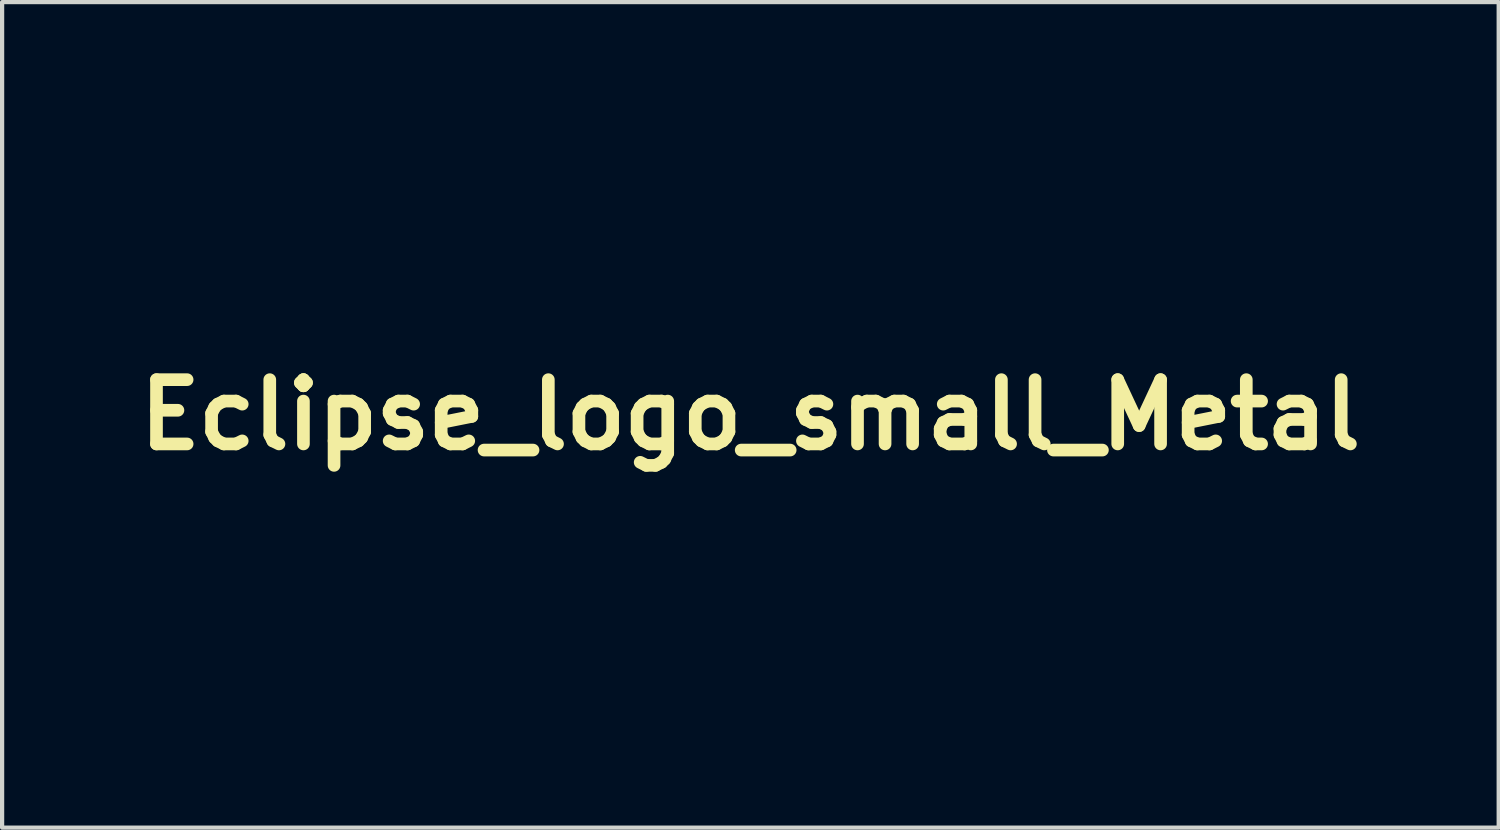
<source format=kicad_pcb>
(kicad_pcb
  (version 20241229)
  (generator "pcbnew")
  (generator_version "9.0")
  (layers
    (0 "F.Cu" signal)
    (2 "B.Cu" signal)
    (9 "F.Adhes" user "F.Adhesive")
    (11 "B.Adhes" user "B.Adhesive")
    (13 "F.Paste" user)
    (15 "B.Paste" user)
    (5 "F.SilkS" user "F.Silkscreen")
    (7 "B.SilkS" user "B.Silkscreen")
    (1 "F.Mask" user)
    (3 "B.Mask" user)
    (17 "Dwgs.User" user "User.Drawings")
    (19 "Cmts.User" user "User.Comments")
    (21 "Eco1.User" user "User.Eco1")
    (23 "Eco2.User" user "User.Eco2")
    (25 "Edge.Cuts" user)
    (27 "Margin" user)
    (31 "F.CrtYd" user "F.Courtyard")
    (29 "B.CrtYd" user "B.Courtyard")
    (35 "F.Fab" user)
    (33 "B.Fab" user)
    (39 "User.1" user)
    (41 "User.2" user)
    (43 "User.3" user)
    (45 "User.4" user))
  (footprint "Eclipse_logo_small_Metal"
    (layer "F.Cu")
    (at 14.739 6.785)
    (property "Reference" "Eclipse_logo_small_Metal" (at 0 0 0) (layer "F.SilkS") (effects (font (size 1.524 1.524) (thickness 0.3))))
    (attr through_hole)
    (fp_poly (pts (xy -9.093 1.435) (xy -9.284 1.435) (xy -9.284 0.686) (xy -9.093 0.686) (xy -9.093 1.435)) (stroke (width 0.01) (type solid)) (fill yes) (layer "F.Mask"))
    (fp_poly (pts (xy -7.036 1.257) (xy -6.49 1.257) (xy -6.49 1.435) (xy -7.226 1.435) (xy -7.226 0.686) (xy -7.036 0.686) (xy -7.036 1.257)) (stroke (width 0.01) (type solid)) (fill yes) (layer "F.Mask"))
    (fp_poly (pts (xy 3.413 0.689) (xy 4.07 0.692) (xy 4.07 0.908) (xy 3.813 0.911) (xy 3.556 0.915) (xy 3.556 1.778) (xy 3.277 1.778) (xy 3.277 0.914) (xy 2.756 0.914) (xy 2.756 0.686) (xy 3.413 0.689)) (stroke (width 0.01) (type solid)) (fill yes) (layer "F.Mask"))
    (fp_poly (pts (xy -10.02 0.953) (xy -9.538 0.953) (xy -9.538 0.686) (xy -9.347 0.686) (xy -9.347 1.435) (xy -9.538 1.435) (xy -9.538 1.13) (xy -10.02 1.13) (xy -10.02 1.435) (xy -10.211 1.435) (xy -10.211 0.686) (xy -10.02 0.686) (xy -10.02 0.953)) (stroke (width 0.01) (type solid)) (fill yes) (layer "F.Mask"))
    (fp_poly (pts (xy -5.702 0.864) (xy -6.261 0.864) (xy -6.261 0.953) (xy -5.728 0.953) (xy -5.728 1.13) (xy -6.261 1.13) (xy -6.261 1.257) (xy -5.702 1.257) (xy -5.702 1.435) (xy -6.464 1.435) (xy -6.464 0.686) (xy -5.702 0.686) (xy -5.702 0.864)) (stroke (width 0.01) (type solid)) (fill yes) (layer "F.Mask"))
    (fp_poly (pts (xy 0.343 0.864) (xy -0.216 0.864) (xy -0.216 0.953) (xy 0.318 0.953) (xy 0.318 1.13) (xy -0.216 1.13) (xy -0.216 1.257) (xy 0.343 1.257) (xy 0.343 1.435) (xy -0.419 1.435) (xy -0.419 0.686) (xy 0.343 0.686) (xy 0.343 0.864)) (stroke (width 0.01) (type solid)) (fill yes) (layer "F.Mask"))
    (fp_poly (pts (xy 2.731 0.914) (xy 1.88 0.914) (xy 1.88 1.079) (xy 2.68 1.079) (xy 2.68 1.321) (xy 1.88 1.321) (xy 1.88 1.537) (xy 2.731 1.537) (xy 2.731 1.778) (xy 1.613 1.778) (xy 1.613 0.686) (xy 2.731 0.686) (xy 2.731 0.914)) (stroke (width 0.01) (type solid)) (fill yes) (layer "F.Mask"))
    (fp_poly (pts (xy -3.086 1.257) (xy -2.542 1.257) (xy -2.538 1.289) (xy -2.534 1.294) (xy -2.525 1.289) (xy -2.508 1.271) (xy -2.484 1.239) (xy -2.45 1.191) (xy -2.406 1.125) (xy -2.35 1.041) (xy -2.325 1.003) (xy -2.115 0.686) (xy -1.985 0.686) (xy -1.543 1.35) (xy -1.54 1.018) (xy -1.536 0.686) (xy -1.333 0.686) (xy -1.333 1.436) (xy -1.526 1.432) (xy -1.719 1.429) (xy -1.873 1.191) (xy -1.918 1.121) (xy -1.959 1.058) (xy -1.994 1.005) (xy -2.021 0.966) (xy -2.037 0.943) (xy -2.04 0.94) (xy -2.051 0.945) (xy -2.073 0.97) (xy -2.107 1.016) (xy -2.153 1.084) (xy -2.212 1.173) (xy -2.217 1.181) (xy -2.381 1.435) (xy -3.289 1.435) (xy -3.289 0.686) (xy -3.086 0.686) (xy -3.086 1.257)) (stroke (width 0.01) (type solid)) (fill yes) (layer "F.Mask"))
    (fp_poly (pts (xy -0.331 -1.232) (xy -0.208 -1.231) (xy -0.095 -1.231) (xy 0.005 -1.23) (xy 0.091 -1.229) (xy 0.159 -1.227) (xy 0.209 -1.226) (xy 0.236 -1.224) (xy 0.241 -1.223) (xy 0.237 -1.21) (xy 0.225 -1.175) (xy 0.206 -1.122) (xy 0.182 -1.054) (xy 0.152 -0.972) (xy 0.119 -0.881) (xy 0.087 -0.793) (xy -0.068 -0.371) (xy -0.133 -0.364) (xy -0.158 -0.362) (xy -0.206 -0.361) (xy -0.274 -0.359) (xy -0.359 -0.358) (xy -0.458 -0.357) (xy -0.57 -0.356) (xy -0.69 -0.356) (xy -0.816 -0.356) (xy -0.835 -0.356) (xy -1.473 -0.356) (xy -1.473 -0.399) (xy -1.469 -0.419) (xy -1.456 -0.46) (xy -1.436 -0.518) (xy -1.411 -0.591) (xy -1.38 -0.675) (xy -1.346 -0.767) (xy -1.31 -0.864) (xy -1.272 -0.963) (xy -1.234 -1.061) (xy -1.197 -1.154) (xy -1.172 -1.216) (xy -1.166 -1.22) (xy -1.148 -1.223) (xy -1.117 -1.225) (xy -1.072 -1.227) (xy -1.011 -1.229) (xy -0.932 -1.23) (xy -0.834 -1.231) (xy -0.715 -1.232) (xy -0.573 -1.232) (xy -0.462 -1.232) (xy -0.331 -1.232)) (stroke (width 0.01) (type solid)) (fill yes) (layer "F.Mask"))
    (fp_poly (pts (xy -0.924 0.688) (xy -0.817 0.69) (xy -0.732 0.691) (xy -0.667 0.693) (xy -0.618 0.695) (xy -0.582 0.699) (xy -0.556 0.703) (xy -0.537 0.708) (xy -0.524 0.715) (xy -0.484 0.743) (xy -0.458 0.777) (xy -0.444 0.824) (xy -0.439 0.889) (xy -0.438 0.903) (xy -0.442 0.972) (xy -0.456 1.022) (xy -0.482 1.06) (xy -0.524 1.091) (xy -0.536 1.098) (xy -0.581 1.122) (xy -0.506 1.264) (xy -0.478 1.319) (xy -0.455 1.367) (xy -0.438 1.402) (xy -0.432 1.42) (xy -0.432 1.42) (xy -0.443 1.429) (xy -0.479 1.434) (xy -0.537 1.435) (xy -0.642 1.435) (xy -0.718 1.283) (xy -0.793 1.13) (xy -1.079 1.13) (xy -1.079 1.435) (xy -1.283 1.435) (xy -1.283 0.864) (xy -1.079 0.864) (xy -1.079 0.965) (xy -0.886 0.965) (xy -0.816 0.964) (xy -0.754 0.963) (xy -0.703 0.961) (xy -0.671 0.958) (xy -0.664 0.957) (xy -0.643 0.946) (xy -0.635 0.921) (xy -0.635 0.907) (xy -0.635 0.864) (xy -1.079 0.864) (xy -1.283 0.864) (xy -1.283 0.684) (xy -0.924 0.688)) (stroke (width 0.01) (type solid)) (fill yes) (layer "F.Mask"))
    (fp_poly (pts (xy 0.33 -1.852) (xy 0.399 -1.852) (xy 0.449 -1.851) (xy 0.477 -1.851) (xy 0.483 -1.85) (xy 0.478 -1.838) (xy 0.467 -1.805) (xy 0.449 -1.755) (xy 0.426 -1.691) (xy 0.399 -1.617) (xy 0.381 -1.568) (xy 0.352 -1.49) (xy 0.327 -1.419) (xy 0.305 -1.36) (xy 0.29 -1.317) (xy 0.281 -1.291) (xy 0.279 -1.287) (xy 0.267 -1.286) (xy 0.232 -1.285) (xy 0.175 -1.285) (xy 0.1 -1.284) (xy 0.009 -1.284) (xy -0.096 -1.283) (xy -0.213 -1.283) (xy -0.34 -1.283) (xy -0.433 -1.283) (xy -0.585 -1.283) (xy -0.714 -1.283) (xy -0.822 -1.283) (xy -0.91 -1.284) (xy -0.98 -1.285) (xy -1.034 -1.286) (xy -1.075 -1.287) (xy -1.104 -1.289) (xy -1.122 -1.292) (xy -1.133 -1.295) (xy -1.137 -1.299) (xy -1.138 -1.304) (xy -1.137 -1.305) (xy -1.131 -1.323) (xy -1.117 -1.361) (xy -1.096 -1.415) (xy -1.071 -1.482) (xy -1.042 -1.557) (xy -1.031 -1.587) (xy -0.931 -1.848) (xy -0.224 -1.851) (xy -0.093 -1.852) (xy 0.031 -1.852) (xy 0.144 -1.852) (xy 0.244 -1.852) (xy 0.33 -1.852)) (stroke (width 0.01) (type solid)) (fill yes) (layer "F.Mask"))
    (fp_poly (pts (xy -8.217 0.865) (xy -8.514 0.863) (xy -8.599 0.862) (xy -8.675 0.863) (xy -8.74 0.864) (xy -8.789 0.866) (xy -8.818 0.868) (xy -8.825 0.869) (xy -8.832 0.886) (xy -8.836 0.928) (xy -8.839 0.993) (xy -8.839 1.06) (xy -8.839 1.133) (xy -8.837 1.184) (xy -8.835 1.218) (xy -8.83 1.238) (xy -8.823 1.247) (xy -8.819 1.25) (xy -8.801 1.252) (xy -8.761 1.254) (xy -8.704 1.255) (xy -8.633 1.257) (xy -8.553 1.257) (xy -8.508 1.257) (xy -8.217 1.257) (xy -8.217 1.435) (xy -8.499 1.433) (xy -8.586 1.432) (xy -8.668 1.43) (xy -8.74 1.428) (xy -8.799 1.425) (xy -8.838 1.423) (xy -8.846 1.422) (xy -8.925 1.403) (xy -8.983 1.369) (xy -9.012 1.337) (xy -9.02 1.323) (xy -9.027 1.304) (xy -9.031 1.279) (xy -9.034 1.242) (xy -9.035 1.19) (xy -9.036 1.119) (xy -9.036 1.06) (xy -9.036 0.967) (xy -9.034 0.896) (xy -9.029 0.843) (xy -9.021 0.804) (xy -9.009 0.776) (xy -8.99 0.754) (xy -8.965 0.737) (xy -8.937 0.721) (xy -8.92 0.713) (xy -8.901 0.706) (xy -8.879 0.701) (xy -8.848 0.697) (xy -8.807 0.694) (xy -8.752 0.692) (xy -8.679 0.69) (xy -8.585 0.689) (xy -8.55 0.688) (xy -8.217 0.683) (xy -8.217 0.865)) (stroke (width 0.01) (type solid)) (fill yes) (layer "F.Mask"))
    (fp_poly (pts (xy -7.976 0.956) (xy -7.975 1.057) (xy -7.974 1.133) (xy -7.971 1.189) (xy -7.967 1.224) (xy -7.961 1.241) (xy -7.96 1.242) (xy -7.944 1.247) (xy -7.906 1.251) (xy -7.854 1.254) (xy -7.791 1.256) (xy -7.724 1.258) (xy -7.656 1.258) (xy -7.593 1.257) (xy -7.54 1.256) (xy -7.503 1.253) (xy -7.488 1.25) (xy -7.481 1.244) (xy -7.476 1.232) (xy -7.472 1.21) (xy -7.47 1.175) (xy -7.468 1.123) (xy -7.468 1.052) (xy -7.468 0.964) (xy -7.468 0.686) (xy -7.264 0.686) (xy -7.264 0.987) (xy -7.265 1.093) (xy -7.266 1.177) (xy -7.27 1.241) (xy -7.276 1.29) (xy -7.286 1.325) (xy -7.301 1.351) (xy -7.32 1.37) (xy -7.347 1.386) (xy -7.376 1.4) (xy -7.399 1.409) (xy -7.425 1.416) (xy -7.456 1.421) (xy -7.497 1.424) (xy -7.553 1.426) (xy -7.628 1.428) (xy -7.677 1.428) (xy -7.755 1.429) (xy -7.827 1.428) (xy -7.888 1.428) (xy -7.933 1.427) (xy -7.957 1.426) (xy -8.032 1.411) (xy -8.088 1.386) (xy -8.12 1.36) (xy -8.137 1.338) (xy -8.151 1.307) (xy -8.161 1.267) (xy -8.169 1.213) (xy -8.174 1.142) (xy -8.177 1.053) (xy -8.178 0.942) (xy -8.178 0.911) (xy -8.179 0.686) (xy -7.976 0.686) (xy -7.976 0.956)) (stroke (width 0.01) (type solid)) (fill yes) (layer "F.Mask"))
    (fp_poly (pts (xy -10.444 0.456) (xy -10.441 0.487) (xy -10.439 0.53) (xy -10.439 0.532) (xy -10.439 0.619) (xy -10.505 0.636) (xy -10.543 0.649) (xy -10.569 0.663) (xy -10.576 0.67) (xy -10.572 0.677) (xy -10.553 0.682) (xy -10.517 0.684) (xy -10.459 0.686) (xy -10.421 0.686) (xy -10.262 0.686) (xy -10.262 0.864) (xy -10.82 0.864) (xy -10.82 0.953) (xy -10.287 0.953) (xy -10.287 1.13) (xy -10.82 1.13) (xy -10.82 1.257) (xy -10.262 1.257) (xy -10.262 1.435) (xy -11.023 1.435) (xy -11.027 1.103) (xy -11.03 0.771) (xy -11.251 1.103) (xy -11.472 1.435) (xy -11.605 1.435) (xy -11.844 1.071) (xy -11.901 0.985) (xy -11.953 0.906) (xy -11.999 0.835) (xy -12.037 0.777) (xy -12.066 0.733) (xy -12.083 0.705) (xy -12.088 0.696) (xy -12.079 0.692) (xy -12.049 0.688) (xy -12.004 0.686) (xy -11.98 0.686) (xy -11.867 0.686) (xy -11.703 0.94) (xy -11.656 1.011) (xy -11.614 1.074) (xy -11.579 1.127) (xy -11.552 1.166) (xy -11.536 1.189) (xy -11.531 1.194) (xy -11.523 1.183) (xy -11.503 1.155) (xy -11.473 1.111) (xy -11.436 1.054) (xy -11.392 0.987) (xy -11.361 0.94) (xy -11.198 0.686) (xy -10.846 0.686) (xy -10.846 0.547) (xy -10.798 0.534) (xy -10.721 0.514) (xy -10.647 0.494) (xy -10.578 0.476) (xy -10.52 0.462) (xy -10.477 0.451) (xy -10.453 0.445) (xy -10.449 0.445) (xy -10.444 0.456)) (stroke (width 0.01) (type solid)) (fill yes) (layer "F.Mask"))
    (fp_poly (pts (xy 1.037 0.407) (xy 1.099 0.407) (xy 1.142 0.409) (xy 1.169 0.411) (xy 1.184 0.415) (xy 1.189 0.421) (xy 1.188 0.428) (xy 1.188 0.428) (xy 1.184 0.452) (xy 1.18 0.497) (xy 1.177 0.56) (xy 1.175 0.639) (xy 1.173 0.728) (xy 1.172 0.826) (xy 1.171 0.927) (xy 1.171 1.029) (xy 1.172 1.128) (xy 1.174 1.221) (xy 1.176 1.303) (xy 1.179 1.372) (xy 1.18 1.384) (xy 1.22 1.815) (xy 1.285 2.238) (xy 1.374 2.653) (xy 1.486 3.06) (xy 1.623 3.459) (xy 1.783 3.848) (xy 1.966 4.229) (xy 2.174 4.6) (xy 2.404 4.961) (xy 2.658 5.312) (xy 2.869 5.575) (xy 2.959 5.679) (xy 3.063 5.792) (xy 3.177 5.911) (xy 3.298 6.033) (xy 3.423 6.155) (xy 3.549 6.274) (xy 3.674 6.387) (xy 3.793 6.492) (xy 3.904 6.586) (xy 4.004 6.665) (xy 4.068 6.712) (xy 4.083 6.733) (xy 4.083 6.758) (xy 4.072 6.778) (xy 4.059 6.782) (xy 4.043 6.775) (xy 4.011 6.756) (xy 3.967 6.729) (xy 3.916 6.696) (xy 3.915 6.695) (xy 3.574 6.448) (xy 3.248 6.183) (xy 2.938 5.899) (xy 2.644 5.599) (xy 2.368 5.282) (xy 2.111 4.951) (xy 1.873 4.607) (xy 1.655 4.251) (xy 1.459 3.884) (xy 1.284 3.507) (xy 1.132 3.122) (xy 1.012 2.755) (xy 0.929 2.457) (xy 0.862 2.167) (xy 0.808 1.879) (xy 0.767 1.587) (xy 0.738 1.286) (xy 0.72 0.971) (xy 0.715 0.784) (xy 0.708 0.406) (xy 0.952 0.406) (xy 1.037 0.407)) (stroke (width 0.01) (type solid)) (fill yes) (layer "F.Mask"))
    (fp_poly (pts (xy -4.33 0.864) (xy -4.64 0.864) (xy -4.727 0.864) (xy -4.807 0.865) (xy -4.875 0.866) (xy -4.927 0.868) (xy -4.961 0.87) (xy -4.971 0.871) (xy -4.986 0.889) (xy -4.991 0.914) (xy -4.989 0.936) (xy -4.977 0.948) (xy -4.949 0.955) (xy -4.932 0.957) (xy -4.9 0.96) (xy -4.847 0.962) (xy -4.781 0.964) (xy -4.707 0.965) (xy -4.656 0.965) (xy -4.549 0.967) (xy -4.464 0.973) (xy -4.399 0.984) (xy -4.352 1.003) (xy -4.32 1.031) (xy -4.3 1.069) (xy -4.29 1.12) (xy -4.287 1.185) (xy -4.287 1.2) (xy -4.289 1.271) (xy -4.298 1.322) (xy -4.316 1.359) (xy -4.346 1.386) (xy -4.379 1.405) (xy -4.395 1.412) (xy -4.415 1.418) (xy -4.441 1.422) (xy -4.476 1.425) (xy -4.525 1.428) (xy -4.589 1.43) (xy -4.671 1.431) (xy -4.776 1.432) (xy -4.797 1.433) (xy -5.169 1.437) (xy -5.169 1.27) (xy -4.874 1.27) (xy -4.787 1.269) (xy -4.705 1.269) (xy -4.635 1.267) (xy -4.578 1.265) (xy -4.541 1.263) (xy -4.531 1.262) (xy -4.501 1.255) (xy -4.487 1.244) (xy -4.483 1.219) (xy -4.483 1.199) (xy -4.486 1.164) (xy -4.494 1.14) (xy -4.497 1.136) (xy -4.514 1.133) (xy -4.552 1.13) (xy -4.607 1.128) (xy -4.674 1.126) (xy -4.751 1.124) (xy -4.761 1.124) (xy -4.866 1.122) (xy -4.949 1.119) (xy -5.013 1.113) (xy -5.061 1.105) (xy -5.098 1.094) (xy -5.126 1.079) (xy -5.142 1.066) (xy -5.171 1.03) (xy -5.188 0.985) (xy -5.194 0.924) (xy -5.194 0.906) (xy -5.188 0.834) (xy -5.166 0.78) (xy -5.127 0.74) (xy -5.095 0.721) (xy -5.076 0.713) (xy -5.058 0.706) (xy -5.037 0.701) (xy -5.009 0.697) (xy -4.972 0.695) (xy -4.921 0.693) (xy -4.855 0.692) (xy -4.769 0.692) (xy -4.686 0.692) (xy -4.337 0.692) (xy -4.33 0.864)) (stroke (width 0.01) (type solid)) (fill yes) (layer "F.Mask"))
    (fp_poly (pts (xy -3.477 -1.867) (xy -3.371 -1.866) (xy -3.275 -1.866) (xy -3.19 -1.865) (xy -3.12 -1.864) (xy -3.066 -1.863) (xy -3.033 -1.862) (xy -3.023 -1.861) (xy -3.027 -1.848) (xy -3.04 -1.814) (xy -3.059 -1.762) (xy -3.085 -1.694) (xy -3.116 -1.613) (xy -3.151 -1.521) (xy -3.19 -1.422) (xy -3.194 -1.411) (xy -3.243 -1.284) (xy -3.282 -1.178) (xy -3.314 -1.092) (xy -3.337 -1.022) (xy -3.353 -0.966) (xy -3.363 -0.922) (xy -3.367 -0.888) (xy -3.365 -0.861) (xy -3.359 -0.838) (xy -3.348 -0.819) (xy -3.346 -0.816) (xy -3.313 -0.79) (xy -3.257 -0.768) (xy -3.178 -0.753) (xy -3.078 -0.743) (xy -3.048 -0.741) (xy -3.006 -0.739) (xy -2.942 -0.738) (xy -2.859 -0.736) (xy -2.76 -0.734) (xy -2.648 -0.732) (xy -2.526 -0.73) (xy -2.397 -0.728) (xy -2.264 -0.726) (xy -2.24 -0.726) (xy -1.578 -0.718) (xy -1.642 -0.543) (xy -1.705 -0.368) (xy -2.939 -0.37) (xy -3.116 -0.37) (xy -3.287 -0.371) (xy -3.451 -0.372) (xy -3.606 -0.372) (xy -3.749 -0.373) (xy -3.878 -0.375) (xy -3.993 -0.376) (xy -4.091 -0.377) (xy -4.169 -0.378) (xy -4.227 -0.38) (xy -4.262 -0.381) (xy -4.268 -0.382) (xy -4.409 -0.403) (xy -4.53 -0.435) (xy -4.631 -0.478) (xy -4.71 -0.53) (xy -4.766 -0.591) (xy -4.799 -0.659) (xy -4.81 -0.721) (xy -4.812 -0.796) (xy -4.805 -0.871) (xy -4.8 -0.9) (xy -4.792 -0.925) (xy -4.777 -0.97) (xy -4.754 -1.032) (xy -4.726 -1.109) (xy -4.693 -1.198) (xy -4.656 -1.296) (xy -4.617 -1.399) (xy -4.615 -1.404) (xy -4.569 -1.522) (xy -4.531 -1.618) (xy -4.501 -1.695) (xy -4.476 -1.754) (xy -4.457 -1.798) (xy -4.441 -1.828) (xy -4.429 -1.847) (xy -4.42 -1.857) (xy -4.415 -1.859) (xy -4.398 -1.861) (xy -4.358 -1.862) (xy -4.3 -1.863) (xy -4.225 -1.864) (xy -4.136 -1.865) (xy -4.037 -1.865) (xy -3.93 -1.866) (xy -3.817 -1.866) (xy -3.702 -1.867) (xy -3.588 -1.867) (xy -3.477 -1.867)) (stroke (width 0.01) (type solid)) (fill yes) (layer "F.Mask"))
    (fp_poly (pts (xy -3.67 0.692) (xy -3.584 0.693) (xy -3.518 0.696) (xy -3.467 0.7) (xy -3.429 0.707) (xy -3.4 0.717) (xy -3.378 0.73) (xy -3.36 0.747) (xy -3.341 0.77) (xy -3.341 0.77) (xy -3.332 0.783) (xy -3.325 0.798) (xy -3.321 0.819) (xy -3.318 0.849) (xy -3.316 0.893) (xy -3.315 0.953) (xy -3.315 1.035) (xy -3.315 1.06) (xy -3.315 1.148) (xy -3.316 1.214) (xy -3.317 1.262) (xy -3.32 1.296) (xy -3.324 1.319) (xy -3.33 1.335) (xy -3.339 1.348) (xy -3.34 1.349) (xy -3.362 1.373) (xy -3.389 1.391) (xy -3.423 1.405) (xy -3.469 1.415) (xy -3.529 1.422) (xy -3.608 1.426) (xy -3.708 1.428) (xy -3.727 1.428) (xy -3.811 1.428) (xy -3.89 1.428) (xy -3.96 1.427) (xy -4.015 1.425) (xy -4.05 1.422) (xy -4.051 1.422) (xy -4.131 1.404) (xy -4.191 1.373) (xy -4.226 1.337) (xy -4.234 1.322) (xy -4.24 1.301) (xy -4.244 1.272) (xy -4.246 1.23) (xy -4.248 1.172) (xy -4.248 1.093) (xy -4.248 1.067) (xy -4.248 1.029) (xy -4.052 1.029) (xy -4.052 1.09) (xy -4.05 1.147) (xy -4.046 1.196) (xy -4.041 1.23) (xy -4.036 1.242) (xy -4.022 1.248) (xy -3.993 1.252) (xy -3.946 1.254) (xy -3.878 1.255) (xy -3.788 1.255) (xy -3.772 1.254) (xy -3.524 1.251) (xy -3.521 1.059) (xy -3.517 0.867) (xy -3.616 0.861) (xy -3.678 0.858) (xy -3.748 0.856) (xy -3.82 0.856) (xy -3.888 0.856) (xy -3.95 0.858) (xy -3.998 0.861) (xy -4.028 0.865) (xy -4.035 0.868) (xy -4.042 0.884) (xy -4.047 0.92) (xy -4.05 0.971) (xy -4.052 1.029) (xy -4.248 1.029) (xy -4.248 0.972) (xy -4.246 0.899) (xy -4.241 0.844) (xy -4.233 0.803) (xy -4.221 0.774) (xy -4.203 0.752) (xy -4.179 0.733) (xy -4.162 0.723) (xy -4.145 0.713) (xy -4.128 0.706) (xy -4.109 0.701) (xy -4.083 0.697) (xy -4.048 0.695) (xy -3.999 0.693) (xy -3.934 0.692) (xy -3.85 0.692) (xy -3.778 0.692) (xy -3.67 0.692)) (stroke (width 0.01) (type solid)) (fill yes) (layer "F.Mask"))
    (fp_poly (pts (xy 8.142 -6.779) (xy 8.292 -6.777) (xy 8.437 -6.774) (xy 8.573 -6.769) (xy 8.695 -6.763) (xy 8.799 -6.755) (xy 8.839 -6.751) (xy 9.28 -6.69) (xy 9.709 -6.607) (xy 10.125 -6.502) (xy 10.53 -6.375) (xy 10.924 -6.226) (xy 11.309 -6.053) (xy 11.684 -5.858) (xy 12.027 -5.655) (xy 12.107 -5.604) (xy 12.188 -5.55) (xy 12.267 -5.497) (xy 12.34 -5.446) (xy 12.406 -5.398) (xy 12.461 -5.357) (xy 12.503 -5.324) (xy 12.528 -5.301) (xy 12.535 -5.291) (xy 12.526 -5.268) (xy 12.517 -5.259) (xy 12.505 -5.256) (xy 12.485 -5.261) (xy 12.452 -5.277) (xy 12.404 -5.305) (xy 12.361 -5.333) (xy 12.042 -5.522) (xy 11.706 -5.696) (xy 11.354 -5.856) (xy 10.991 -5.998) (xy 10.619 -6.122) (xy 10.243 -6.227) (xy 9.868 -6.31) (xy 9.449 -6.379) (xy 9.026 -6.424) (xy 8.601 -6.445) (xy 8.176 -6.442) (xy 7.753 -6.415) (xy 7.334 -6.364) (xy 6.96 -6.297) (xy 6.536 -6.198) (xy 6.123 -6.075) (xy 5.722 -5.93) (xy 5.331 -5.762) (xy 4.951 -5.571) (xy 4.582 -5.356) (xy 4.222 -5.119) (xy 3.873 -4.858) (xy 3.715 -4.729) (xy 3.642 -4.666) (xy 3.556 -4.588) (xy 3.461 -4.499) (xy 3.361 -4.402) (xy 3.26 -4.301) (xy 3.161 -4.201) (xy 3.069 -4.105) (xy 2.987 -4.017) (xy 2.919 -3.941) (xy 2.905 -3.924) (xy 2.659 -3.618) (xy 2.433 -3.306) (xy 2.229 -2.989) (xy 2.047 -2.673) (xy 2.045 -2.67) (xy 1.976 -2.54) (xy 1.383 -2.54) (xy 1.391 -2.569) (xy 1.402 -2.596) (xy 1.423 -2.641) (xy 1.452 -2.701) (xy 1.487 -2.77) (xy 1.526 -2.846) (xy 1.566 -2.924) (xy 1.607 -3.001) (xy 1.645 -3.071) (xy 1.668 -3.111) (xy 1.886 -3.472) (xy 2.125 -3.818) (xy 2.383 -4.15) (xy 2.661 -4.465) (xy 2.956 -4.764) (xy 3.268 -5.045) (xy 3.596 -5.308) (xy 3.94 -5.551) (xy 4.297 -5.774) (xy 4.667 -5.976) (xy 4.889 -6.084) (xy 5.287 -6.255) (xy 5.69 -6.402) (xy 6.098 -6.525) (xy 6.515 -6.625) (xy 6.939 -6.701) (xy 7.374 -6.754) (xy 7.488 -6.764) (xy 7.591 -6.77) (xy 7.712 -6.775) (xy 7.848 -6.778) (xy 7.993 -6.78) (xy 8.142 -6.779)) (stroke (width 0.01) (type solid)) (fill yes) (layer "F.Mask"))
    (fp_poly (pts (xy 1.727 -1.783) (xy 1.956 -1.781) (xy 2.162 -1.78) (xy 2.346 -1.779) (xy 2.508 -1.778) (xy 2.651 -1.777) (xy 2.776 -1.775) (xy 2.885 -1.774) (xy 2.978 -1.772) (xy 3.058 -1.77) (xy 3.126 -1.768) (xy 3.183 -1.765) (xy 3.232 -1.762) (xy 3.273 -1.759) (xy 3.307 -1.755) (xy 3.337 -1.751) (xy 3.364 -1.746) (xy 3.387 -1.742) (xy 3.509 -1.707) (xy 3.61 -1.66) (xy 3.69 -1.601) (xy 3.748 -1.53) (xy 3.783 -1.448) (xy 3.793 -1.396) (xy 3.792 -1.311) (xy 3.767 -1.234) (xy 3.717 -1.166) (xy 3.715 -1.163) (xy 3.676 -1.127) (xy 3.632 -1.095) (xy 3.581 -1.067) (xy 3.522 -1.044) (xy 3.452 -1.024) (xy 3.371 -1.007) (xy 3.276 -0.993) (xy 3.166 -0.982) (xy 3.04 -0.974) (xy 2.894 -0.969) (xy 2.728 -0.965) (xy 2.54 -0.963) (xy 2.354 -0.963) (xy 1.756 -0.965) (xy 1.65 -0.679) (xy 1.543 -0.394) (xy 0.242 -0.394) (xy 0.279 -0.492) (xy 0.291 -0.525) (xy 0.311 -0.579) (xy 0.338 -0.651) (xy 0.371 -0.736) (xy 0.408 -0.834) (xy 0.447 -0.939) (xy 0.489 -1.05) (xy 0.508 -1.099) (xy 0.55 -1.21) (xy 0.556 -1.227) (xy 1.868 -1.227) (xy 1.873 -1.218) (xy 1.877 -1.216) (xy 1.898 -1.213) (xy 1.94 -1.211) (xy 2.001 -1.21) (xy 2.076 -1.21) (xy 2.161 -1.211) (xy 2.253 -1.212) (xy 2.348 -1.215) (xy 2.443 -1.218) (xy 2.534 -1.222) (xy 2.616 -1.226) (xy 2.687 -1.231) (xy 2.743 -1.235) (xy 2.764 -1.238) (xy 2.874 -1.256) (xy 2.966 -1.277) (xy 3.038 -1.301) (xy 3.091 -1.328) (xy 3.122 -1.355) (xy 3.129 -1.384) (xy 3.125 -1.396) (xy 3.098 -1.423) (xy 3.051 -1.45) (xy 2.986 -1.474) (xy 2.909 -1.494) (xy 2.851 -1.505) (xy 2.796 -1.511) (xy 2.727 -1.517) (xy 2.643 -1.52) (xy 2.54 -1.523) (xy 2.416 -1.524) (xy 2.348 -1.524) (xy 1.972 -1.524) (xy 1.914 -1.375) (xy 1.89 -1.312) (xy 1.875 -1.27) (xy 1.868 -1.242) (xy 1.868 -1.227) (xy 0.556 -1.227) (xy 0.591 -1.317) (xy 0.629 -1.418) (xy 0.663 -1.507) (xy 0.692 -1.584) (xy 0.714 -1.645) (xy 0.73 -1.686) (xy 0.734 -1.697) (xy 0.767 -1.787) (xy 1.727 -1.783)) (stroke (width 0.01) (type solid)) (fill yes) (layer "F.Mask"))
    (fp_poly (pts (xy 5.372 0.914) (xy 4.912 0.916) (xy 4.804 0.916) (xy 4.704 0.917) (xy 4.613 0.919) (xy 4.536 0.92) (xy 4.474 0.922) (xy 4.432 0.924) (xy 4.413 0.925) (xy 4.389 0.933) (xy 4.377 0.948) (xy 4.372 0.979) (xy 4.371 0.989) (xy 4.372 1.026) (xy 4.378 1.054) (xy 4.381 1.059) (xy 4.399 1.064) (xy 4.441 1.068) (xy 4.508 1.072) (xy 4.601 1.076) (xy 4.718 1.079) (xy 4.798 1.081) (xy 4.922 1.083) (xy 5.029 1.087) (xy 5.117 1.091) (xy 5.184 1.095) (xy 5.229 1.1) (xy 5.247 1.103) (xy 5.323 1.139) (xy 5.381 1.191) (xy 5.407 1.232) (xy 5.42 1.261) (xy 5.428 1.291) (xy 5.433 1.329) (xy 5.435 1.381) (xy 5.435 1.428) (xy 5.432 1.516) (xy 5.423 1.583) (xy 5.406 1.633) (xy 5.379 1.673) (xy 5.341 1.705) (xy 5.337 1.707) (xy 5.31 1.724) (xy 5.281 1.738) (xy 5.247 1.749) (xy 5.206 1.758) (xy 5.155 1.765) (xy 5.092 1.77) (xy 5.015 1.773) (xy 4.92 1.776) (xy 4.806 1.777) (xy 4.67 1.778) (xy 4.62 1.778) (xy 4.128 1.778) (xy 4.128 1.537) (xy 4.622 1.537) (xy 4.732 1.537) (xy 4.835 1.536) (xy 4.927 1.535) (xy 5.006 1.534) (xy 5.069 1.533) (xy 5.113 1.531) (xy 5.135 1.529) (xy 5.136 1.529) (xy 5.147 1.519) (xy 5.153 1.497) (xy 5.156 1.457) (xy 5.156 1.428) (xy 5.156 1.379) (xy 5.153 1.35) (xy 5.146 1.336) (xy 5.133 1.329) (xy 5.128 1.327) (xy 5.108 1.325) (xy 5.066 1.323) (xy 5.006 1.321) (xy 4.931 1.319) (xy 4.844 1.318) (xy 4.75 1.316) (xy 4.724 1.316) (xy 4.601 1.314) (xy 4.501 1.311) (xy 4.42 1.308) (xy 4.355 1.302) (xy 4.304 1.295) (xy 4.264 1.284) (xy 4.231 1.271) (xy 4.202 1.254) (xy 4.176 1.233) (xy 4.166 1.225) (xy 4.127 1.179) (xy 4.103 1.124) (xy 4.092 1.055) (xy 4.092 0.968) (xy 4.101 0.891) (xy 4.119 0.833) (xy 4.148 0.788) (xy 4.182 0.757) (xy 4.206 0.74) (xy 4.231 0.726) (xy 4.26 0.715) (xy 4.295 0.706) (xy 4.339 0.699) (xy 4.394 0.694) (xy 4.464 0.69) (xy 4.549 0.688) (xy 4.654 0.686) (xy 4.779 0.686) (xy 4.873 0.686) (xy 5.372 0.686) (xy 5.372 0.914)) (stroke (width 0.01) (type solid)) (fill yes) (layer "F.Mask"))
    (fp_poly (pts (xy -6.381 -1.858) (xy -6.23 -1.858) (xy -6.056 -1.857) (xy -5.86 -1.857) (xy -5.836 -1.857) (xy -5.667 -1.856) (xy -5.505 -1.855) (xy -5.353 -1.854) (xy -5.211 -1.854) (xy -5.082 -1.853) (xy -4.968 -1.852) (xy -4.87 -1.851) (xy -4.79 -1.851) (xy -4.73 -1.85) (xy -4.692 -1.849) (xy -4.677 -1.849) (xy -4.677 -1.849) (xy -4.676 -1.834) (xy -4.681 -1.801) (xy -4.691 -1.756) (xy -4.703 -1.705) (xy -4.716 -1.655) (xy -4.73 -1.612) (xy -4.739 -1.585) (xy -4.752 -1.555) (xy -4.764 -1.532) (xy -4.777 -1.514) (xy -4.796 -1.501) (xy -4.823 -1.493) (xy -4.86 -1.488) (xy -4.912 -1.486) (xy -4.98 -1.487) (xy -5.069 -1.489) (xy -5.153 -1.491) (xy -5.351 -1.495) (xy -5.526 -1.499) (xy -5.68 -1.501) (xy -5.814 -1.501) (xy -5.931 -1.501) (xy -6.031 -1.499) (xy -6.119 -1.495) (xy -6.194 -1.49) (xy -6.259 -1.484) (xy -6.317 -1.476) (xy -6.331 -1.474) (xy -6.444 -1.452) (xy -6.536 -1.425) (xy -6.611 -1.392) (xy -6.673 -1.349) (xy -6.726 -1.293) (xy -6.775 -1.222) (xy -6.816 -1.146) (xy -6.864 -1.047) (xy -6.897 -0.967) (xy -6.913 -0.903) (xy -6.912 -0.853) (xy -6.893 -0.815) (xy -6.857 -0.787) (xy -6.802 -0.768) (xy -6.727 -0.754) (xy -6.696 -0.75) (xy -6.663 -0.748) (xy -6.607 -0.746) (xy -6.531 -0.743) (xy -6.438 -0.741) (xy -6.33 -0.738) (xy -6.21 -0.736) (xy -6.08 -0.734) (xy -5.944 -0.732) (xy -5.837 -0.731) (xy -5.701 -0.73) (xy -5.574 -0.728) (xy -5.456 -0.727) (xy -5.35 -0.725) (xy -5.259 -0.724) (xy -5.185 -0.723) (xy -5.13 -0.721) (xy -5.095 -0.72) (xy -5.084 -0.72) (xy -5.087 -0.707) (xy -5.097 -0.675) (xy -5.113 -0.628) (xy -5.134 -0.57) (xy -5.142 -0.545) (xy -5.204 -0.375) (xy -5.907 -0.367) (xy -6.148 -0.364) (xy -6.377 -0.363) (xy -6.594 -0.361) (xy -6.797 -0.36) (xy -6.985 -0.36) (xy -7.156 -0.36) (xy -7.309 -0.36) (xy -7.444 -0.361) (xy -7.558 -0.363) (xy -7.65 -0.365) (xy -7.719 -0.367) (xy -7.754 -0.369) (xy -7.9 -0.387) (xy -8.024 -0.419) (xy -8.126 -0.462) (xy -8.206 -0.519) (xy -8.264 -0.588) (xy -8.301 -0.671) (xy -8.301 -0.671) (xy -8.315 -0.754) (xy -8.308 -0.846) (xy -8.282 -0.951) (xy -8.272 -0.983) (xy -8.21 -1.133) (xy -8.139 -1.263) (xy -8.056 -1.379) (xy -7.961 -1.481) (xy -7.847 -1.579) (xy -7.723 -1.661) (xy -7.587 -1.727) (xy -7.436 -1.779) (xy -7.266 -1.819) (xy -7.156 -1.837) (xy -7.126 -1.841) (xy -7.096 -1.845) (xy -7.063 -1.848) (xy -7.027 -1.85) (xy -6.985 -1.853) (xy -6.935 -1.854) (xy -6.877 -1.856) (xy -6.807 -1.857) (xy -6.724 -1.857) (xy -6.627 -1.858) (xy -6.513 -1.858) (xy -6.381 -1.858)) (stroke (width 0.01) (type solid)) (fill yes) (layer "F.Mask"))
    (fp_poly (pts (xy 11.019 -1.863) (xy 11.016 -1.85) (xy 11.006 -1.818) (xy 10.99 -1.77) (xy 10.97 -1.711) (xy 10.957 -1.672) (xy 10.89 -1.485) (xy 10.319 -1.493) (xy 10.099 -1.496) (xy 9.903 -1.495) (xy 9.729 -1.493) (xy 9.577 -1.487) (xy 9.444 -1.478) (xy 9.33 -1.466) (xy 9.233 -1.451) (xy 9.151 -1.432) (xy 9.084 -1.41) (xy 9.03 -1.383) (xy 8.987 -1.353) (xy 8.954 -1.318) (xy 8.949 -1.311) (xy 8.929 -1.28) (xy 8.917 -1.258) (xy 8.915 -1.253) (xy 8.928 -1.252) (xy 8.964 -1.251) (xy 9.021 -1.249) (xy 9.097 -1.248) (xy 9.191 -1.247) (xy 9.3 -1.246) (xy 9.423 -1.246) (xy 9.557 -1.245) (xy 9.701 -1.245) (xy 9.83 -1.245) (xy 10.744 -1.245) (xy 10.744 -1.188) (xy 10.739 -1.145) (xy 10.724 -1.087) (xy 10.704 -1.03) (xy 10.664 -0.927) (xy 8.783 -0.921) (xy 8.775 -0.88) (xy 8.771 -0.847) (xy 8.779 -0.824) (xy 8.805 -0.805) (xy 8.823 -0.795) (xy 8.865 -0.777) (xy 8.915 -0.761) (xy 8.974 -0.747) (xy 9.045 -0.736) (xy 9.128 -0.728) (xy 9.227 -0.721) (xy 9.342 -0.717) (xy 9.476 -0.714) (xy 9.63 -0.713) (xy 9.806 -0.714) (xy 9.954 -0.716) (xy 10.566 -0.723) (xy 10.566 -0.689) (xy 10.559 -0.632) (xy 10.54 -0.562) (xy 10.51 -0.485) (xy 10.49 -0.441) (xy 10.447 -0.356) (xy 9.989 -0.358) (xy 9.892 -0.359) (xy 9.773 -0.36) (xy 9.636 -0.361) (xy 9.486 -0.362) (xy 9.327 -0.363) (xy 9.161 -0.364) (xy 8.994 -0.366) (xy 8.829 -0.367) (xy 8.693 -0.368) (xy 8.515 -0.37) (xy 8.36 -0.372) (xy 8.227 -0.373) (xy 8.113 -0.375) (xy 8.016 -0.378) (xy 7.935 -0.381) (xy 7.867 -0.385) (xy 7.81 -0.39) (xy 7.762 -0.396) (xy 7.722 -0.403) (xy 7.686 -0.412) (xy 7.654 -0.423) (xy 7.623 -0.435) (xy 7.591 -0.449) (xy 7.575 -0.456) (xy 7.493 -0.502) (xy 7.434 -0.557) (xy 7.395 -0.623) (xy 7.373 -0.703) (xy 7.369 -0.75) (xy 7.369 -0.832) (xy 7.382 -0.915) (xy 7.408 -1.005) (xy 7.448 -1.107) (xy 7.527 -1.258) (xy 7.626 -1.394) (xy 7.743 -1.514) (xy 7.878 -1.617) (xy 8.03 -1.702) (xy 8.197 -1.769) (xy 8.379 -1.817) (xy 8.414 -1.823) (xy 8.465 -1.831) (xy 8.528 -1.837) (xy 8.603 -1.843) (xy 8.694 -1.847) (xy 8.8 -1.851) (xy 8.923 -1.854) (xy 9.064 -1.855) (xy 9.224 -1.856) (xy 9.406 -1.857) (xy 9.609 -1.856) (xy 9.836 -1.854) (xy 9.989 -1.853) (xy 10.142 -1.852) (xy 10.289 -1.851) (xy 10.427 -1.85) (xy 10.553 -1.85) (xy 10.666 -1.85) (xy 10.764 -1.851) (xy 10.843 -1.852) (xy 10.903 -1.853) (xy 10.941 -1.855) (xy 10.953 -1.856) (xy 10.989 -1.862) (xy 11.014 -1.864) (xy 11.019 -1.863)) (stroke (width 0.01) (type solid)) (fill yes) (layer "F.Mask"))
    (fp_poly (pts (xy -8.069 -1.85) (xy -8.08 -1.818) (xy -8.096 -1.771) (xy -8.118 -1.712) (xy -8.132 -1.671) (xy -8.2 -1.481) (xy -8.345 -1.484) (xy -8.397 -1.484) (xy -8.47 -1.486) (xy -8.557 -1.487) (xy -8.655 -1.489) (xy -8.758 -1.491) (xy -8.852 -1.493) (xy -9.083 -1.496) (xy -9.293 -1.493) (xy -9.481 -1.486) (xy -9.646 -1.474) (xy -9.788 -1.457) (xy -9.906 -1.435) (xy -9.961 -1.421) (xy -10.04 -1.388) (xy -10.107 -1.342) (xy -10.157 -1.286) (xy -10.167 -1.268) (xy -10.186 -1.232) (xy -8.344 -1.232) (xy -8.344 -1.182) (xy -8.349 -1.147) (xy -8.361 -1.097) (xy -8.378 -1.043) (xy -8.382 -1.032) (xy -8.421 -0.931) (xy -9.361 -0.924) (xy -9.513 -0.923) (xy -9.658 -0.922) (xy -9.793 -0.92) (xy -9.916 -0.919) (xy -10.027 -0.918) (xy -10.121 -0.917) (xy -10.198 -0.915) (xy -10.256 -0.914) (xy -10.292 -0.913) (xy -10.305 -0.913) (xy -10.311 -0.898) (xy -10.318 -0.87) (xy -10.318 -0.867) (xy -10.322 -0.843) (xy -10.317 -0.827) (xy -10.299 -0.813) (xy -10.263 -0.796) (xy -10.259 -0.794) (xy -10.215 -0.777) (xy -10.157 -0.76) (xy -10.093 -0.745) (xy -10.071 -0.74) (xy -10.043 -0.735) (xy -10.013 -0.731) (xy -9.979 -0.728) (xy -9.94 -0.725) (xy -9.891 -0.723) (xy -9.833 -0.721) (xy -9.761 -0.72) (xy -9.673 -0.719) (xy -9.569 -0.719) (xy -9.444 -0.719) (xy -9.297 -0.719) (xy -9.235 -0.719) (xy -8.519 -0.72) (xy -8.527 -0.658) (xy -8.545 -0.578) (xy -8.575 -0.492) (xy -8.614 -0.413) (xy -8.643 -0.362) (xy -9.1 -0.361) (xy -9.197 -0.361) (xy -9.316 -0.362) (xy -9.452 -0.362) (xy -9.602 -0.363) (xy -9.762 -0.364) (xy -9.927 -0.365) (xy -10.094 -0.366) (xy -10.259 -0.367) (xy -10.395 -0.368) (xy -10.568 -0.37) (xy -10.718 -0.372) (xy -10.847 -0.373) (xy -10.956 -0.375) (xy -11.049 -0.377) (xy -11.126 -0.38) (xy -11.191 -0.383) (xy -11.245 -0.387) (xy -11.29 -0.392) (xy -11.329 -0.398) (xy -11.364 -0.404) (xy -11.396 -0.412) (xy -11.428 -0.422) (xy -11.461 -0.433) (xy -11.462 -0.433) (xy -11.556 -0.475) (xy -11.63 -0.531) (xy -11.683 -0.6) (xy -11.714 -0.684) (xy -11.724 -0.78) (xy -11.712 -0.888) (xy -11.684 -0.992) (xy -11.617 -1.158) (xy -11.532 -1.305) (xy -11.429 -1.436) (xy -11.308 -1.549) (xy -11.167 -1.645) (xy -11.087 -1.689) (xy -11.033 -1.715) (xy -10.98 -1.739) (xy -10.927 -1.76) (xy -10.872 -1.778) (xy -10.813 -1.794) (xy -10.75 -1.808) (xy -10.679 -1.82) (xy -10.6 -1.83) (xy -10.511 -1.838) (xy -10.41 -1.845) (xy -10.297 -1.85) (xy -10.168 -1.853) (xy -10.023 -1.856) (xy -9.86 -1.857) (xy -9.678 -1.857) (xy -9.474 -1.856) (xy -9.248 -1.855) (xy -9.089 -1.854) (xy -8.938 -1.852) (xy -8.793 -1.851) (xy -8.656 -1.851) (xy -8.53 -1.851) (xy -8.417 -1.851) (xy -8.319 -1.851) (xy -8.238 -1.851) (xy -8.176 -1.852) (xy -8.136 -1.853) (xy -8.121 -1.854) (xy -8.087 -1.859) (xy -8.067 -1.862) (xy -8.065 -1.862) (xy -8.069 -1.85)) (stroke (width 0.01) (type solid)) (fill yes) (layer "F.Mask"))
    (fp_poly (pts (xy 6.093 -1.86) (xy 6.236 -1.86) (xy 6.381 -1.859) (xy 6.527 -1.858) (xy 6.671 -1.857) (xy 6.811 -1.856) (xy 6.944 -1.855) (xy 7.069 -1.853) (xy 7.183 -1.851) (xy 7.284 -1.849) (xy 7.369 -1.847) (xy 7.438 -1.845) (xy 7.487 -1.843) (xy 7.514 -1.841) (xy 7.518 -1.839) (xy 7.514 -1.824) (xy 7.502 -1.79) (xy 7.484 -1.741) (xy 7.462 -1.682) (xy 7.453 -1.657) (xy 7.387 -1.486) (xy 7.315 -1.486) (xy 7.285 -1.486) (xy 7.233 -1.487) (xy 7.163 -1.489) (xy 7.079 -1.492) (xy 6.984 -1.494) (xy 6.882 -1.498) (xy 6.819 -1.5) (xy 6.584 -1.505) (xy 6.373 -1.506) (xy 6.185 -1.501) (xy 6.02 -1.491) (xy 5.875 -1.476) (xy 5.751 -1.456) (xy 5.647 -1.43) (xy 5.561 -1.399) (xy 5.515 -1.376) (xy 5.474 -1.345) (xy 5.442 -1.308) (xy 5.425 -1.271) (xy 5.423 -1.258) (xy 5.436 -1.255) (xy 5.473 -1.252) (xy 5.536 -1.25) (xy 5.623 -1.247) (xy 5.734 -1.245) (xy 5.87 -1.244) (xy 6.029 -1.242) (xy 6.118 -1.242) (xy 6.269 -1.241) (xy 6.397 -1.24) (xy 6.503 -1.239) (xy 6.591 -1.238) (xy 6.662 -1.237) (xy 6.72 -1.235) (xy 6.765 -1.233) (xy 6.8 -1.23) (xy 6.828 -1.227) (xy 6.85 -1.223) (xy 6.869 -1.219) (xy 6.887 -1.213) (xy 6.896 -1.21) (xy 6.996 -1.168) (xy 7.074 -1.117) (xy 7.13 -1.058) (xy 7.163 -0.992) (xy 7.172 -0.92) (xy 7.163 -0.864) (xy 7.149 -0.827) (xy 7.123 -0.789) (xy 7.083 -0.744) (xy 7.063 -0.725) (xy 6.955 -0.635) (xy 6.826 -0.558) (xy 6.677 -0.494) (xy 6.508 -0.442) (xy 6.322 -0.404) (xy 6.147 -0.382) (xy 6.114 -0.38) (xy 6.059 -0.378) (xy 5.986 -0.376) (xy 5.895 -0.375) (xy 5.788 -0.374) (xy 5.669 -0.372) (xy 5.539 -0.371) (xy 5.4 -0.37) (xy 5.254 -0.37) (xy 5.103 -0.369) (xy 4.95 -0.369) (xy 4.796 -0.368) (xy 4.644 -0.368) (xy 4.495 -0.368) (xy 4.353 -0.369) (xy 4.218 -0.369) (xy 4.093 -0.37) (xy 3.981 -0.37) (xy 3.882 -0.371) (xy 3.8 -0.372) (xy 3.736 -0.374) (xy 3.693 -0.375) (xy 3.672 -0.377) (xy 3.67 -0.378) (xy 3.674 -0.393) (xy 3.685 -0.427) (xy 3.701 -0.476) (xy 3.721 -0.536) (xy 3.73 -0.562) (xy 3.791 -0.737) (xy 4.82 -0.737) (xy 5.007 -0.737) (xy 5.181 -0.737) (xy 5.342 -0.738) (xy 5.489 -0.739) (xy 5.618 -0.74) (xy 5.73 -0.742) (xy 5.821 -0.744) (xy 5.892 -0.746) (xy 5.939 -0.748) (xy 5.957 -0.749) (xy 6.038 -0.764) (xy 6.108 -0.786) (xy 6.145 -0.803) (xy 6.197 -0.835) (xy 6.235 -0.866) (xy 6.256 -0.895) (xy 6.257 -0.918) (xy 6.248 -0.927) (xy 6.232 -0.93) (xy 6.192 -0.932) (xy 6.129 -0.933) (xy 6.044 -0.935) (xy 5.938 -0.936) (xy 5.813 -0.938) (xy 5.67 -0.939) (xy 5.51 -0.939) (xy 5.334 -0.94) (xy 5.232 -0.94) (xy 5.041 -0.94) (xy 4.874 -0.94) (xy 4.728 -0.94) (xy 4.603 -0.941) (xy 4.497 -0.942) (xy 4.408 -0.943) (xy 4.333 -0.946) (xy 4.272 -0.949) (xy 4.223 -0.953) (xy 4.184 -0.958) (xy 4.152 -0.964) (xy 4.128 -0.971) (xy 4.108 -0.98) (xy 4.092 -0.99) (xy 4.077 -1.001) (xy 4.061 -1.015) (xy 4.058 -1.018) (xy 4.016 -1.071) (xy 3.993 -1.139) (xy 3.992 -1.218) (xy 3.992 -1.222) (xy 4.011 -1.3) (xy 4.05 -1.374) (xy 4.111 -1.447) (xy 4.196 -1.52) (xy 4.216 -1.536) (xy 4.323 -1.608) (xy 4.434 -1.67) (xy 4.553 -1.721) (xy 4.682 -1.763) (xy 4.825 -1.797) (xy 4.985 -1.824) (xy 5.164 -1.844) (xy 5.302 -1.854) (xy 5.346 -1.856) (xy 5.41 -1.857) (xy 5.492 -1.859) (xy 5.589 -1.86) (xy 5.7 -1.86) (xy 5.823 -1.861) (xy 5.954 -1.861) (xy 6.093 -1.86)) (stroke (width 0.01) (type solid)) (fill yes) (layer "F.Mask"))
    (fp_poly (pts (xy -7.366 -2.437) (xy -6.943 -2.436) (xy -6.495 -2.436) (xy -6.12 -2.436) (xy -1.655 -2.432) (xy -2.09 -1.34) (xy -1.958 -1.336) (xy -1.903 -1.335) (xy -1.858 -1.335) (xy -1.829 -1.336) (xy -1.821 -1.337) (xy -1.815 -1.35) (xy -1.802 -1.384) (xy -1.781 -1.437) (xy -1.754 -1.506) (xy -1.722 -1.59) (xy -1.685 -1.685) (xy -1.645 -1.791) (xy -1.608 -1.887) (xy -1.401 -2.432) (xy 5.385 -2.428) (xy 5.799 -2.428) (xy 6.207 -2.428) (xy 6.608 -2.428) (xy 7 -2.427) (xy 7.384 -2.427) (xy 7.759 -2.427) (xy 8.124 -2.426) (xy 8.478 -2.426) (xy 8.821 -2.426) (xy 9.151 -2.426) (xy 9.468 -2.425) (xy 9.772 -2.425) (xy 10.061 -2.424) (xy 10.334 -2.424) (xy 10.592 -2.424) (xy 10.834 -2.423) (xy 11.057 -2.423) (xy 11.263 -2.423) (xy 11.45 -2.422) (xy 11.617 -2.422) (xy 11.764 -2.422) (xy 11.89 -2.421) (xy 11.994 -2.421) (xy 12.075 -2.421) (xy 12.133 -2.42) (xy 12.167 -2.42) (xy 12.177 -2.42) (xy 12.173 -2.407) (xy 12.161 -2.373) (xy 12.142 -2.32) (xy 12.116 -2.249) (xy 12.084 -2.163) (xy 12.047 -2.065) (xy 12.005 -1.955) (xy 11.96 -1.836) (xy 11.927 -1.75) (xy 11.869 -1.6) (xy 11.805 -1.432) (xy 11.736 -1.252) (xy 11.664 -1.066) (xy 11.593 -0.879) (xy 11.523 -0.698) (xy 11.458 -0.528) (xy 11.406 -0.394) (xy 11.141 0.298) (xy 7.152 0.302) (xy 3.162 0.305) (xy 3.162 -0.254) (xy 2.582 -0.254) (xy 2.475 0.025) (xy 2.369 0.304) (xy -4.597 0.303) (xy -5.039 0.303) (xy -5.471 0.303) (xy -5.895 0.303) (xy -6.31 0.302) (xy -6.714 0.302) (xy -7.107 0.302) (xy -7.488 0.301) (xy -7.858 0.301) (xy -8.214 0.301) (xy -8.557 0.3) (xy -8.885 0.3) (xy -9.199 0.299) (xy -9.496 0.299) (xy -9.778 0.298) (xy -10.043 0.298) (xy -10.29 0.297) (xy -10.518 0.297) (xy -10.728 0.296) (xy -10.918 0.296) (xy -11.088 0.295) (xy -11.237 0.294) (xy -11.364 0.294) (xy -11.469 0.293) (xy -11.551 0.292) (xy -11.61 0.292) (xy -11.644 0.291) (xy -11.652 0.29) (xy -11.809 0.261) (xy -11.958 0.214) (xy -12.097 0.152) (xy -12.219 0.076) (xy -12.257 0.046) (xy -12.343 -0.035) (xy -12.413 -0.125) (xy -12.473 -0.232) (xy -12.475 -0.237) (xy -12.491 -0.273) (xy -12.503 -0.303) (xy -12.51 -0.333) (xy -12.514 -0.368) (xy -12.515 -0.416) (xy -12.516 -0.482) (xy -12.516 -0.495) (xy -12.515 -0.565) (xy -12.514 -0.617) (xy -12.509 -0.659) (xy -12.501 -0.698) (xy -12.488 -0.742) (xy -12.475 -0.781) (xy -11.929 -0.781) (xy -11.922 -0.652) (xy -11.9 -0.542) (xy -11.86 -0.448) (xy -11.802 -0.37) (xy -11.724 -0.306) (xy -11.626 -0.254) (xy -11.505 -0.213) (xy -11.451 -0.199) (xy -11.433 -0.195) (xy -11.415 -0.192) (xy -11.395 -0.189) (xy -11.373 -0.186) (xy -11.346 -0.183) (xy -11.314 -0.181) (xy -11.274 -0.179) (xy -11.226 -0.177) (xy -11.167 -0.176) (xy -11.097 -0.175) (xy -11.014 -0.174) (xy -10.916 -0.173) (xy -10.802 -0.172) (xy -10.671 -0.171) (xy -10.521 -0.171) (xy -10.351 -0.17) (xy -10.159 -0.169) (xy -9.944 -0.169) (xy -9.817 -0.168) (xy -8.299 -0.164) (xy -8.271 -0.229) (xy -8.244 -0.293) (xy -8.189 -0.266) (xy -8.091 -0.226) (xy -7.969 -0.195) (xy -7.824 -0.174) (xy -7.656 -0.162) (xy -7.467 -0.159) (xy -7.385 -0.16) (xy -7.346 -0.161) (xy -7.284 -0.162) (xy -7.2 -0.162) (xy -7.098 -0.163) (xy -6.979 -0.163) (xy -6.845 -0.164) (xy -6.698 -0.164) (xy -6.541 -0.165) (xy -6.376 -0.165) (xy -6.205 -0.165) (xy -6.029 -0.165) (xy -6.029 -0.165) (xy -4.85 -0.165) (xy -4.824 -0.227) (xy -4.798 -0.289) (xy -4.752 -0.277) (xy -4.722 -0.268) (xy -4.674 -0.254) (xy -4.615 -0.236) (xy -4.552 -0.215) (xy -4.55 -0.215) (xy -4.395 -0.165) (xy 1.845 -0.171) (xy 1.948 -0.441) (xy 2.051 -0.711) (xy 2.759 -0.711) (xy 3.467 -0.711) (xy 3.467 -0.165) (xy 4.971 -0.165) (xy 5.199 -0.165) (xy 5.402 -0.165) (xy 5.583 -0.165) (xy 5.744 -0.165) (xy 5.884 -0.166) (xy 6.007 -0.166) (xy 6.113 -0.167) (xy 6.203 -0.168) (xy 6.281 -0.169) (xy 6.346 -0.17) (xy 6.4 -0.171) (xy 6.445 -0.173) (xy 6.482 -0.175) (xy 6.513 -0.177) (xy 6.54 -0.18) (xy 6.562 -0.183) (xy 6.583 -0.186) (xy 6.604 -0.19) (xy 6.608 -0.191) (xy 6.705 -0.211) (xy 6.788 -0.234) (xy 6.869 -0.262) (xy 6.955 -0.299) (xy 7.011 -0.325) (xy 7.133 -0.383) (xy 7.198 -0.343) (xy 7.281 -0.297) (xy 7.373 -0.253) (xy 7.465 -0.216) (xy 7.552 -0.187) (xy 7.626 -0.17) (xy 7.639 -0.168) (xy 7.671 -0.165) (xy 7.728 -0.163) (xy 7.81 -0.162) (xy 7.916 -0.16) (xy 8.048 -0.16) (xy 8.204 -0.159) (xy 8.386 -0.159) (xy 8.592 -0.159) (xy 8.824 -0.16) (xy 9.082 -0.161) (xy 9.179 -0.162) (xy 10.617 -0.169) (xy 10.625 -0.196) (xy 10.631 -0.213) (xy 10.646 -0.253) (xy 10.67 -0.314) (xy 10.701 -0.396) (xy 10.741 -0.498) (xy 10.787 -0.618) (xy 10.84 -0.755) (xy 10.9 -0.909) (xy 10.966 -1.078) (xy 11.037 -1.262) (xy 11.114 -1.459) (xy 11.195 -1.668) (xy 11.233 -1.765) (xy 11.349 -2.064) (xy 11.063 -2.066) (xy 11 -2.067) (xy 10.916 -2.068) (xy 10.812 -2.069) (xy 10.691 -2.071) (xy 10.557 -2.073) (xy 10.412 -2.075) (xy 10.26 -2.077) (xy 10.102 -2.079) (xy 9.943 -2.082) (xy 9.868 -2.083) (xy 9.664 -2.086) (xy 9.483 -2.089) (xy 9.324 -2.091) (xy 9.185 -2.092) (xy 9.063 -2.092) (xy 8.957 -2.091) (xy 8.864 -2.09) (xy 8.784 -2.088) (xy 8.713 -2.085) (xy 8.692 -2.084) (xy 8.5 -2.072) (xy 8.331 -2.057) (xy 8.182 -2.039) (xy 8.049 -2.017) (xy 7.932 -1.991) (xy 7.826 -1.96) (xy 7.799 -1.951) (xy 7.753 -1.935) (xy 7.716 -1.923) (xy 7.696 -1.918) (xy 7.694 -1.918) (xy 7.688 -1.929) (xy 7.685 -1.959) (xy 7.684 -1.993) (xy 7.684 -2.067) (xy 7.439 -2.076) (xy 7.391 -2.077) (xy 7.319 -2.078) (xy 7.227 -2.079) (xy 7.116 -2.08) (xy 6.988 -2.081) (xy 6.846 -2.081) (xy 6.691 -2.081) (xy 6.527 -2.081) (xy 6.355 -2.081) (xy 6.177 -2.081) (xy 5.995 -2.08) (xy 5.95 -2.08) (xy 4.705 -2.075) (xy 4.581 -2.041) (xy 4.431 -1.994) (xy 4.283 -1.938) (xy 4.15 -1.878) (xy 4.143 -1.875) (xy 4.099 -1.853) (xy 4.062 -1.837) (xy 4.04 -1.829) (xy 4.037 -1.829) (xy 4.021 -1.837) (xy 3.993 -1.859) (xy 3.958 -1.889) (xy 3.954 -1.893) (xy 3.888 -1.946) (xy 3.814 -1.989) (xy 3.728 -2.022) (xy 3.626 -2.046) (xy 3.503 -2.063) (xy 3.461 -2.067) (xy 3.434 -2.069) (xy 3.382 -2.07) (xy 3.308 -2.071) (xy 3.212 -2.072) (xy 3.095 -2.072) (xy 2.96 -2.073) (xy 2.806 -2.073) (xy 2.635 -2.074) (xy 2.449 -2.074) (xy 2.249 -2.074) (xy 2.035 -2.073) (xy 1.81 -2.073) (xy 1.574 -2.073) (xy 1.328 -2.072) (xy 1.12 -2.071) (xy -1.094 -2.064) (xy -1.259 -1.632) (xy -1.299 -1.527) (xy -1.338 -1.424) (xy -1.375 -1.328) (xy -1.408 -1.241) (xy -1.436 -1.168) (xy -1.457 -1.112) (xy -1.469 -1.082) (xy -1.514 -0.964) (xy -2.075 -0.968) (xy -2.636 -0.972) (xy -2.699 -1.004) (xy -2.757 -1.046) (xy -2.798 -1.104) (xy -2.818 -1.171) (xy -2.819 -1.196) (xy -2.815 -1.222) (xy -2.802 -1.269) (xy -2.782 -1.336) (xy -2.754 -1.419) (xy -2.72 -1.519) (xy -2.68 -1.631) (xy -2.673 -1.65) (xy -2.639 -1.747) (xy -2.607 -1.835) (xy -2.58 -1.913) (xy -2.557 -1.978) (xy -2.54 -2.026) (xy -2.53 -2.056) (xy -2.527 -2.064) (xy -2.54 -2.065) (xy -2.576 -2.065) (xy -2.636 -2.066) (xy -2.717 -2.066) (xy -2.818 -2.067) (xy -2.939 -2.067) (xy -3.077 -2.067) (xy -3.232 -2.068) (xy -3.402 -2.068) (xy -3.587 -2.068) (xy -3.783 -2.068) (xy -3.992 -2.068) (xy -4.211 -2.068) (xy -4.438 -2.067) (xy -4.673 -2.067) (xy -4.823 -2.067) (xy -5.109 -2.066) (xy -5.371 -2.066) (xy -5.609 -2.065) (xy -5.826 -2.065) (xy -6.022 -2.064) (xy -6.198 -2.063) (xy -6.356 -2.063) (xy -6.496 -2.062) (xy -6.62 -2.061) (xy -6.729 -2.06) (xy -6.824 -2.059) (xy -6.907 -2.058) (xy -6.977 -2.057) (xy -7.038 -2.055) (xy -7.088 -2.054) (xy -7.131 -2.052) (xy -7.166 -2.05) (xy -7.196 -2.048) (xy -7.221 -2.046) (xy -7.242 -2.043) (xy -7.258 -2.041) (xy -7.346 -2.026) (xy -7.439 -2.007) (xy -7.529 -1.986) (xy -7.61 -1.965) (xy -7.678 -1.945) (xy -7.715 -1.93) (xy -7.77 -1.907) (xy -7.777 -1.946) (xy -7.783 -1.987) (xy -7.785 -2.028) (xy -7.785 -2.071) (xy -9.217 -2.066) (xy -9.442 -2.065) (xy -9.643 -2.065) (xy -9.821 -2.064) (xy -9.979 -2.063) (xy -10.117 -2.062) (xy -10.237 -2.061) (xy -10.341 -2.06) (xy -10.429 -2.058) (xy -10.504 -2.057) (xy -10.567 -2.055) (xy -10.619 -2.053) (xy -10.662 -2.051) (xy -10.697 -2.049) (xy -10.726 -2.046) (xy -10.75 -2.043) (xy -10.77 -2.04) (xy -10.937 -2.006) (xy -11.084 -1.966) (xy -11.212 -1.916) (xy -11.326 -1.856) (xy -11.428 -1.783) (xy -11.523 -1.696) (xy -11.613 -1.591) (xy -11.67 -1.515) (xy -11.772 -1.354) (xy -11.848 -1.191) (xy -11.9 -1.026) (xy -11.925 -0.86) (xy -11.929 -0.781) (xy -12.475 -0.781) (xy -12.468 -0.799) (xy -12.463 -0.813) (xy -12.407 -0.965) (xy -12.346 -1.118) (xy -12.283 -1.269) (xy -12.218 -1.414) (xy -12.154 -1.551) (xy -12.092 -1.675) (xy -12.033 -1.785) (xy -11.978 -1.877) (xy -11.931 -1.947) (xy -11.845 -2.049) (xy -11.752 -2.137) (xy -11.648 -2.211) (xy -11.533 -2.273) (xy -11.403 -2.324) (xy -11.256 -2.364) (xy -11.091 -2.395) (xy -10.905 -2.417) (xy -10.789 -2.426) (xy -10.755 -2.428) (xy -10.698 -2.429) (xy -10.617 -2.43) (xy -10.512 -2.431) (xy -10.384 -2.432) (xy -10.231 -2.433) (xy -10.055 -2.434) (xy -9.854 -2.435) (xy -9.629 -2.435) (xy -9.38 -2.436) (xy -9.106 -2.436) (xy -8.808 -2.436) (xy -8.485 -2.437) (xy -8.137 -2.437) (xy -7.764 -2.437) (xy -7.366 -2.437)) (stroke (width 0.01) (type solid)) (fill yes) (layer "F.Mask")))
  (gr_rect
    (start -3 -3)
    (end 32.479 16.571)
    (stroke (width 0.1) (type default))
    (fill no)
    (layer "Edge.Cuts")))
</source>
